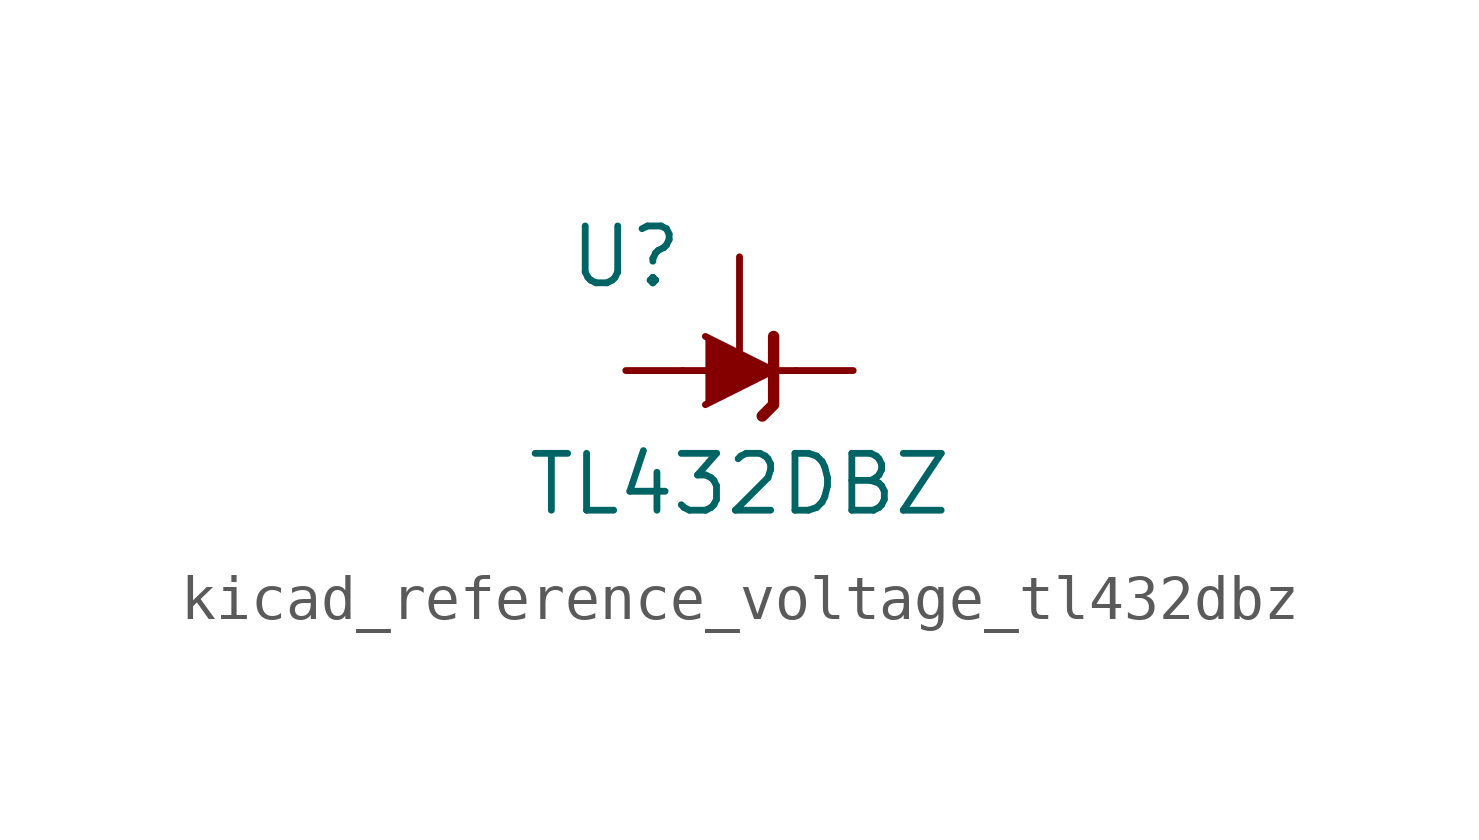
<source format=kicad_sym>
(kicad_symbol_lib
  (version 20220914)
  (generator kicad_symbol_editor)
  (symbol "kicad_reference_voltage_tl432dbz"
    (pin_numbers hide)
    (pin_names hide)
    (property "Reference" "U"
      (at -2.54 2.54 0)
      (effects (font (size 1.27 1.27))))
    (property "Value" "TL432DBZ"
      (at 0 -2.54 0)
      (effects (font (size 1.27 1.27))))
    (symbol "kicad_reference_voltage_tl432dbz_0_1"
      (polyline (pts (xy -1.27 0) (xy 0 0) (xy 1.27 0)) (stroke (width 0) (type default)) (fill (type none)))
      (polyline (pts (xy -0.762 0.762) (xy 0.762 0) (xy -0.762 -0.762)) (stroke (width 0) (type default)) (fill (type outline)))
      (polyline (pts (xy 0.508 -1.016) (xy 0.762 -0.762) (xy 0.762 0.762) (xy 0.762 0.762)) (stroke (width 0.254) (type default)) (fill (type none))))
    (symbol "kicad_reference_voltage_tl432dbz_1_1"
      (pin passive line (at 0 2.54 270) (length 2.54) (name "REF" (effects (font (size 1.27 1.27)))) (number "1" (effects (font (size 1.27 1.27)))))
      (pin passive line (at 2.54 0 180) (length 1.27) (name "K" (effects (font (size 1.27 1.27)))) (number "2" (effects (font (size 1.27 1.27)))))
      (pin passive line (at -2.54 0 0) (length 1.27) (name "A" (effects (font (size 1.27 1.27)))) (number "3" (effects (font (size 1.27 1.27))))))))
</source>
